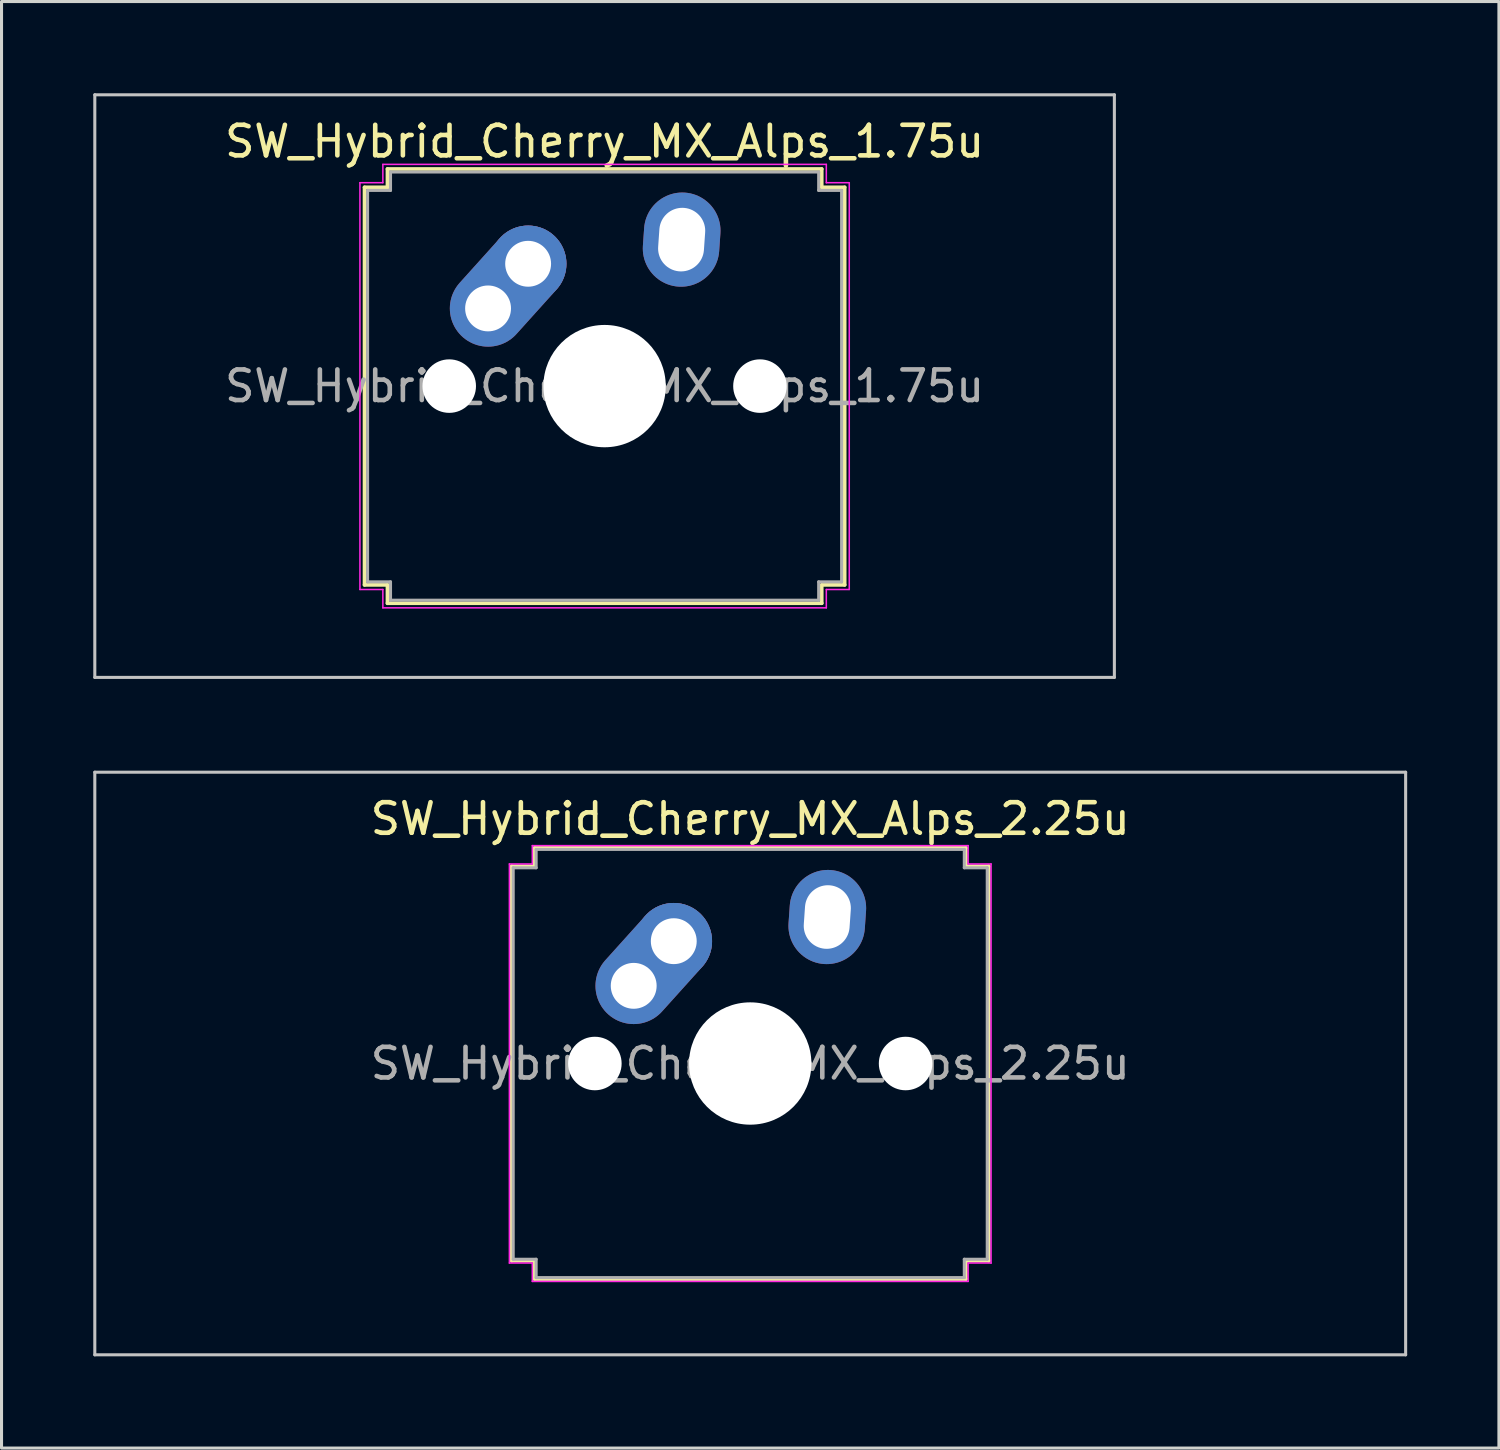
<source format=kicad_pcb>
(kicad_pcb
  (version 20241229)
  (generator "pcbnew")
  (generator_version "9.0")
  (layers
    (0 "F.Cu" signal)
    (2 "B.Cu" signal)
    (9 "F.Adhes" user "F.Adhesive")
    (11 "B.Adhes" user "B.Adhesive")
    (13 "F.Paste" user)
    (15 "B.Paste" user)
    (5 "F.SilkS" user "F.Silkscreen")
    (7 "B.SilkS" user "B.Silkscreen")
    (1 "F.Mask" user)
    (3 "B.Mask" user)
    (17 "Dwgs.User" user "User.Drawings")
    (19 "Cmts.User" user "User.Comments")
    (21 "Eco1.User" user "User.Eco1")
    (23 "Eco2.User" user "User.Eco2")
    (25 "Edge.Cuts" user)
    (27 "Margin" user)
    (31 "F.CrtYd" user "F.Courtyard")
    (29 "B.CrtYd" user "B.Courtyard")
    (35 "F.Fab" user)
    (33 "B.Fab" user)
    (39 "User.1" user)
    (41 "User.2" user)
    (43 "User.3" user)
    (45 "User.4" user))
  (footprint "SW_Hybrid_Cherry_MX_Alps_2.25u"
    (layer "F.Cu")
    (at 21.481 31.725)
    (property "Reference" "SW_Hybrid_Cherry_MX_Alps_2.25u" (at 0 -8 0) (layer "F.SilkS") (effects (font (size 1 1) (thickness 0.15))))
    (attr through_hole)
    (fp_line (start -7.8 -6.45) (end -7.05 -6.45) (stroke (width 0.12) (type solid)) (layer "F.SilkS"))
    (fp_line (start -7.8 6.45) (end -7.8 -6.45) (stroke (width 0.12) (type solid)) (layer "F.SilkS"))
    (fp_line (start -7.05 -7.05) (end 7.05 -7.05) (stroke (width 0.12) (type solid)) (layer "F.SilkS"))
    (fp_line (start -7.05 -6.45) (end -7.05 -7.05) (stroke (width 0.12) (type solid)) (layer "F.SilkS"))
    (fp_line (start -7.05 6.45) (end -7.8 6.45) (stroke (width 0.12) (type solid)) (layer "F.SilkS"))
    (fp_line (start -7.05 7.05) (end -7.05 6.45) (stroke (width 0.12) (type solid)) (layer "F.SilkS"))
    (fp_line (start 7.05 -7.05) (end 7.05 -6.45) (stroke (width 0.12) (type solid)) (layer "F.SilkS"))
    (fp_line (start 7.05 -6.45) (end 7.8 -6.45) (stroke (width 0.12) (type solid)) (layer "F.SilkS"))
    (fp_line (start 7.05 6.45) (end 7.05 7.05) (stroke (width 0.12) (type solid)) (layer "F.SilkS"))
    (fp_line (start 7.05 7.05) (end -7.05 7.05) (stroke (width 0.12) (type solid)) (layer "F.SilkS"))
    (fp_line (start 7.8 -6.45) (end 7.8 6.45) (stroke (width 0.12) (type solid)) (layer "F.SilkS"))
    (fp_line (start 7.8 6.45) (end 7.05 6.45) (stroke (width 0.12) (type solid)) (layer "F.SilkS"))
    (fp_line (start -21.431 -9.525) (end -21.431 9.525) (stroke (width 0.1) (type solid)) (layer "Dwgs.User"))
    (fp_line (start -21.431 9.525) (end 21.431 9.525) (stroke (width 0.1) (type solid)) (layer "Dwgs.User"))
    (fp_line (start 21.431 -9.525) (end -21.431 -9.525) (stroke (width 0.1) (type solid)) (layer "Dwgs.User"))
    (fp_line (start 21.431 9.525) (end 21.431 -9.525) (stroke (width 0.1) (type solid)) (layer "Dwgs.User"))
    (fp_line (start -7.875 -6.525) (end -7.125 -6.525) (stroke (width 0.05) (type solid)) (layer "F.CrtYd"))
    (fp_line (start -7.875 6.525) (end -7.875 -6.525) (stroke (width 0.05) (type solid)) (layer "F.CrtYd"))
    (fp_line (start -7.125 -7.125) (end 7.125 -7.125) (stroke (width 0.05) (type solid)) (layer "F.CrtYd"))
    (fp_line (start -7.125 -6.525) (end -7.125 -7.125) (stroke (width 0.05) (type solid)) (layer "F.CrtYd"))
    (fp_line (start -7.125 6.525) (end -7.875 6.525) (stroke (width 0.05) (type solid)) (layer "F.CrtYd"))
    (fp_line (start -7.125 7.125) (end -7.125 6.525) (stroke (width 0.05) (type solid)) (layer "F.CrtYd"))
    (fp_line (start 7.125 -7.125) (end 7.125 -6.525) (stroke (width 0.05) (type solid)) (layer "F.CrtYd"))
    (fp_line (start 7.125 -6.525) (end 7.875 -6.525) (stroke (width 0.05) (type solid)) (layer "F.CrtYd"))
    (fp_line (start 7.125 6.525) (end 7.125 7.125) (stroke (width 0.05) (type solid)) (layer "F.CrtYd"))
    (fp_line (start 7.125 7.125) (end -7.125 7.125) (stroke (width 0.05) (type solid)) (layer "F.CrtYd"))
    (fp_line (start 7.875 -6.525) (end 7.875 6.525) (stroke (width 0.05) (type solid)) (layer "F.CrtYd"))
    (fp_line (start 7.875 6.525) (end 7.125 6.525) (stroke (width 0.05) (type solid)) (layer "F.CrtYd"))
    (fp_line (start -7.75 -6.4) (end -7 -6.4) (stroke (width 0.1) (type solid)) (layer "F.Fab"))
    (fp_line (start -7.75 6.4) (end -7.75 -6.4) (stroke (width 0.1) (type solid)) (layer "F.Fab"))
    (fp_line (start -7 -7) (end 7 -7) (stroke (width 0.1) (type solid)) (layer "F.Fab"))
    (fp_line (start -7 -6.4) (end -7 -7) (stroke (width 0.1) (type solid)) (layer "F.Fab"))
    (fp_line (start -7 6.4) (end -7.75 6.4) (stroke (width 0.1) (type solid)) (layer "F.Fab"))
    (fp_line (start -7 7) (end -7 6.4) (stroke (width 0.1) (type solid)) (layer "F.Fab"))
    (fp_line (start 7 -7) (end 7 -6.4) (stroke (width 0.1) (type solid)) (layer "F.Fab"))
    (fp_line (start 7 -6.4) (end 7.75 -6.4) (stroke (width 0.1) (type solid)) (layer "F.Fab"))
    (fp_line (start 7 6.4) (end 7 7) (stroke (width 0.1) (type solid)) (layer "F.Fab"))
    (fp_line (start 7 7) (end -7 7) (stroke (width 0.1) (type solid)) (layer "F.Fab"))
    (fp_line (start 7.75 -6.4) (end 7.75 6.4) (stroke (width 0.1) (type solid)) (layer "F.Fab"))
    (fp_line (start 7.75 6.4) (end 7 6.4) (stroke (width 0.1) (type solid)) (layer "F.Fab"))
    (fp_text user "${REFERENCE}" (at 0 0 0) (layer "F.Fab") (effects (font (size 1 1) (thickness 0.15))))
    (pad "" np_thru_hole circle (at -5.08 0) (size 1.75 1.75) (drill 1.75) (layers "*.Cu" "*.Mask"))
    (pad "" np_thru_hole circle (at 0 0) (size 4 4) (drill 4) (layers "*.Cu" "*.Mask"))
    (pad "" np_thru_hole circle (at 5.08 0) (size 1.75 1.75) (drill 1.75) (layers "*.Cu" "*.Mask"))
    (pad "1" thru_hole oval (at -3.81 -2.54 48) (size 4.462 2.5) (drill 1.5 (offset 0.981 0)) (layers "*.Cu" "B.Mask"))
    (pad "1" thru_hole circle (at -2.5 -4) (size 2.5 2.5) (drill 1.5) (layers "*.Cu" "B.Mask"))
    (pad "2" thru_hole oval (at 2.52 -4.79 86) (size 3.081 2.5) (drill oval 2.081 1.5) (layers "*.Cu" "B.Mask")))
  (footprint "SW_Hybrid_Cherry_MX_Alps_1.75u"
    (layer "F.Cu")
    (at 16.719 9.575)
    (property "Reference" "SW_Hybrid_Cherry_MX_Alps_1.75u" (at 0 -8 0) (layer "F.SilkS") (effects (font (size 1 1) (thickness 0.15))))
    (attr through_hole)
    (fp_line (start -7.85 -6.5) (end -7.1 -6.5) (stroke (width 0.12) (type solid)) (layer "F.SilkS"))
    (fp_line (start -7.85 6.5) (end -7.85 -6.5) (stroke (width 0.12) (type solid)) (layer "F.SilkS"))
    (fp_line (start -7.1 -7.1) (end 7.1 -7.1) (stroke (width 0.12) (type solid)) (layer "F.SilkS"))
    (fp_line (start -7.1 -6.5) (end -7.1 -7.1) (stroke (width 0.12) (type solid)) (layer "F.SilkS"))
    (fp_line (start -7.1 6.5) (end -7.85 6.5) (stroke (width 0.12) (type solid)) (layer "F.SilkS"))
    (fp_line (start -7.1 7.1) (end -7.1 6.5) (stroke (width 0.12) (type solid)) (layer "F.SilkS"))
    (fp_line (start 7.1 -7.1) (end 7.1 -6.5) (stroke (width 0.12) (type solid)) (layer "F.SilkS"))
    (fp_line (start 7.1 -6.5) (end 7.85 -6.5) (stroke (width 0.12) (type solid)) (layer "F.SilkS"))
    (fp_line (start 7.1 6.5) (end 7.1 7.1) (stroke (width 0.12) (type solid)) (layer "F.SilkS"))
    (fp_line (start 7.1 7.1) (end -7.1 7.1) (stroke (width 0.12) (type solid)) (layer "F.SilkS"))
    (fp_line (start 7.85 -6.5) (end 7.85 6.5) (stroke (width 0.12) (type solid)) (layer "F.SilkS"))
    (fp_line (start 7.85 6.5) (end 7.1 6.5) (stroke (width 0.12) (type solid)) (layer "F.SilkS"))
    (fp_line (start -16.669 -9.525) (end -16.669 9.525) (stroke (width 0.1) (type solid)) (layer "Dwgs.User"))
    (fp_line (start -16.669 9.525) (end 16.669 9.525) (stroke (width 0.1) (type solid)) (layer "Dwgs.User"))
    (fp_line (start 16.669 -9.525) (end -16.669 -9.525) (stroke (width 0.1) (type solid)) (layer "Dwgs.User"))
    (fp_line (start 16.669 9.525) (end 16.669 -9.525) (stroke (width 0.1) (type solid)) (layer "Dwgs.User"))
    (fp_line (start -8 -6.65) (end -7.25 -6.65) (stroke (width 0.05) (type solid)) (layer "F.CrtYd"))
    (fp_line (start -8 6.65) (end -8 -6.65) (stroke (width 0.05) (type solid)) (layer "F.CrtYd"))
    (fp_line (start -7.25 -7.25) (end 7.25 -7.25) (stroke (width 0.05) (type solid)) (layer "F.CrtYd"))
    (fp_line (start -7.25 -6.65) (end -7.25 -7.25) (stroke (width 0.05) (type solid)) (layer "F.CrtYd"))
    (fp_line (start -7.25 6.65) (end -8 6.65) (stroke (width 0.05) (type solid)) (layer "F.CrtYd"))
    (fp_line (start -7.25 7.25) (end -7.25 6.65) (stroke (width 0.05) (type solid)) (layer "F.CrtYd"))
    (fp_line (start 7.25 -7.25) (end 7.25 -6.65) (stroke (width 0.05) (type solid)) (layer "F.CrtYd"))
    (fp_line (start 7.25 -6.65) (end 8 -6.65) (stroke (width 0.05) (type solid)) (layer "F.CrtYd"))
    (fp_line (start 7.25 6.65) (end 7.25 7.25) (stroke (width 0.05) (type solid)) (layer "F.CrtYd"))
    (fp_line (start 7.25 7.25) (end -7.25 7.25) (stroke (width 0.05) (type solid)) (layer "F.CrtYd"))
    (fp_line (start 8 -6.65) (end 8 6.65) (stroke (width 0.05) (type solid)) (layer "F.CrtYd"))
    (fp_line (start 8 6.65) (end 7.25 6.65) (stroke (width 0.05) (type solid)) (layer "F.CrtYd"))
    (fp_line (start -7.75 -6.4) (end -7 -6.4) (stroke (width 0.1) (type solid)) (layer "F.Fab"))
    (fp_line (start -7.75 6.4) (end -7.75 -6.4) (stroke (width 0.1) (type solid)) (layer "F.Fab"))
    (fp_line (start -7 -7) (end 7 -7) (stroke (width 0.1) (type solid)) (layer "F.Fab"))
    (fp_line (start -7 -6.4) (end -7 -7) (stroke (width 0.1) (type solid)) (layer "F.Fab"))
    (fp_line (start -7 6.4) (end -7.75 6.4) (stroke (width 0.1) (type solid)) (layer "F.Fab"))
    (fp_line (start -7 7) (end -7 6.4) (stroke (width 0.1) (type solid)) (layer "F.Fab"))
    (fp_line (start 7 -7) (end 7 -6.4) (stroke (width 0.1) (type solid)) (layer "F.Fab"))
    (fp_line (start 7 -6.4) (end 7.75 -6.4) (stroke (width 0.1) (type solid)) (layer "F.Fab"))
    (fp_line (start 7 6.4) (end 7 7) (stroke (width 0.1) (type solid)) (layer "F.Fab"))
    (fp_line (start 7 7) (end -7 7) (stroke (width 0.1) (type solid)) (layer "F.Fab"))
    (fp_line (start 7.75 -6.4) (end 7.75 6.4) (stroke (width 0.1) (type solid)) (layer "F.Fab"))
    (fp_line (start 7.75 6.4) (end 7 6.4) (stroke (width 0.1) (type solid)) (layer "F.Fab"))
    (fp_text user "${REFERENCE}" (at 0 0 0) (layer "F.Fab") (effects (font (size 1 1) (thickness 0.15))))
    (pad "" np_thru_hole circle (at -5.08 0) (size 1.75 1.75) (drill 1.75) (layers "*.Cu" "*.Mask"))
    (pad "" smd circle (at -3.81 -2.54 48) (size 1.55 1.55) (layers "F.Mask"))
    (pad "" smd circle (at -2.5 -4) (size 1.55 1.55) (layers "F.Mask"))
    (pad "" np_thru_hole circle (at 0 0) (size 4 4) (drill 4) (layers "*.Cu" "*.Mask"))
    (pad "" smd oval (at 2.52 -4.79 86) (size 2.131 1.55) (layers "F.Mask"))
    (pad "" np_thru_hole circle (at 5.08 0) (size 1.75 1.75) (drill 1.75) (layers "*.Cu" "*.Mask"))
    (pad "1" thru_hole oval (at -3.81 -2.54 48) (size 4.462 2.5) (drill 1.5 (offset 0.981 0)) (layers "*.Cu" "B.Mask"))
    (pad "1" thru_hole circle (at -2.5 -4) (size 2.5 2.5) (drill 1.5) (layers "*.Cu" "B.Mask"))
    (pad "2" thru_hole oval (at 2.52 -4.79 86) (size 3.081 2.5) (drill oval 2.081 1.5) (layers "*.Cu" "B.Mask")))
  (gr_rect
    (start -3 -3)
    (end 45.962 44.3)
    (stroke (width 0.1) (type default))
    (fill no)
    (layer "Edge.Cuts")))
</source>
